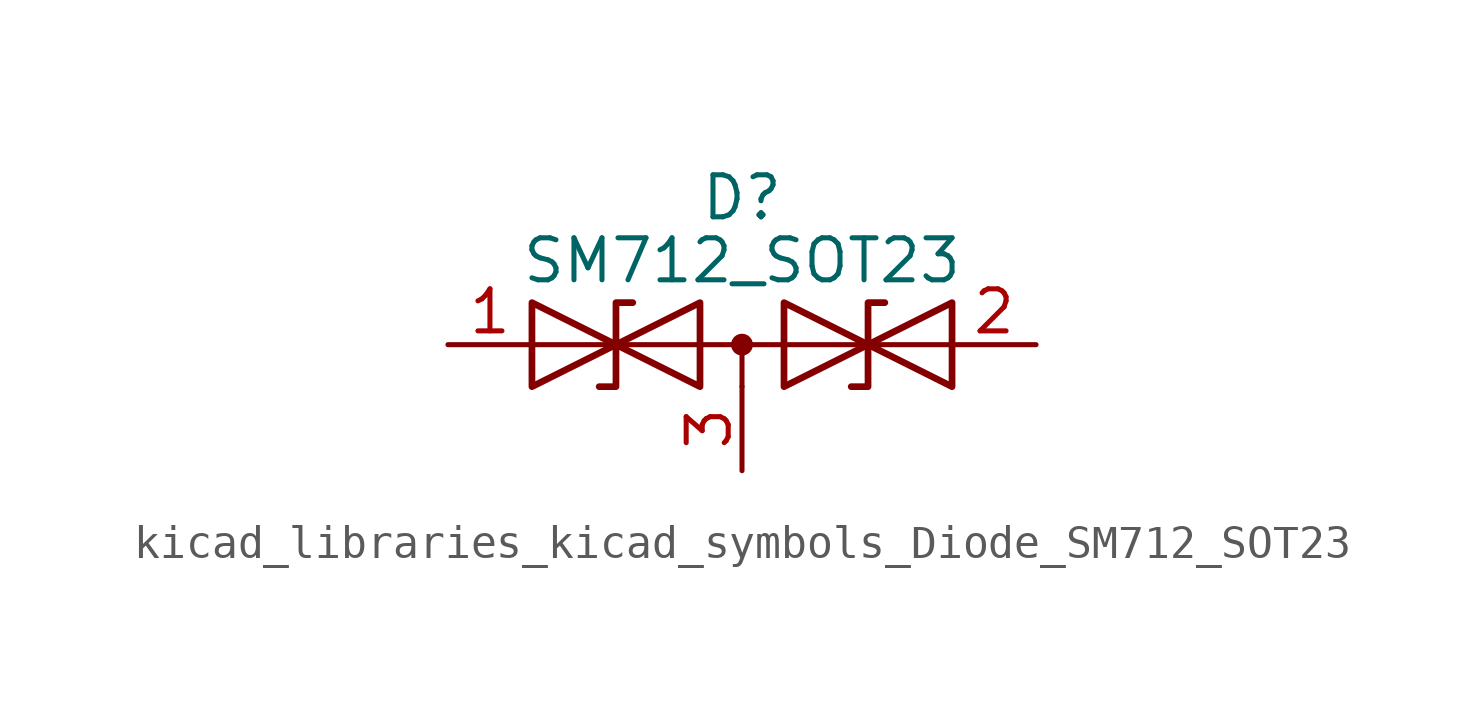
<source format=kicad_sym>
(kicad_symbol_lib
  (version 20220914)
  (generator kicad_symbol_editor)
  (symbol "kicad_libraries_kicad_symbols_Diode_SM712_SOT23"
    (pin_names
      (offset 1.016) hide)
    (property "Reference" "D"
      (at 0 4.445 0)
      (effects (font (size 1.27 1.27))))
    (property "Value" "SM712_SOT23"
      (at 0 2.54 0)
      (effects (font (size 1.27 1.27))))
    (symbol "kicad_libraries_kicad_symbols_Diode_SM712_SOT23_0_0"
      (polyline (pts (xy 0 -1.27) (xy 0 0)) (stroke (width 0) (type default)) (fill (type none))))
    (symbol "kicad_libraries_kicad_symbols_Diode_SM712_SOT23_0_1"
      (polyline (pts (xy -6.35 0) (xy 6.35 0)) (stroke (width 0) (type default)) (fill (type none)))
      (polyline (pts (xy -3.302 1.27) (xy -3.81 1.27) (xy -3.81 -1.27) (xy -4.318 -1.27)) (stroke (width 0.203) (type default)) (fill (type none)))
      (polyline (pts (xy 4.318 1.27) (xy 3.81 1.27) (xy 3.81 -1.27) (xy 3.302 -1.27)) (stroke (width 0.203) (type default)) (fill (type none)))
      (polyline (pts (xy -6.35 -1.27) (xy -1.27 1.27) (xy -1.27 -1.27) (xy -6.35 1.27) (xy -6.35 -1.27)) (stroke (width 0.203) (type default)) (fill (type none)))
      (polyline (pts (xy 1.27 -1.27) (xy 1.27 1.27) (xy 6.35 -1.27) (xy 6.35 1.27) (xy 1.27 -1.27)) (stroke (width 0.203) (type default)) (fill (type none)))
      (circle (center 0 0) (radius 0.254) (stroke (width 0) (type default)) (fill (type outline))))
    (symbol "kicad_libraries_kicad_symbols_Diode_SM712_SOT23_1_1"
      (pin passive line (at -8.89 0 0) (length 2.54) (name "A1" (effects (font (size 1.27 1.27)))) (number "1" (effects (font (size 1.27 1.27)))))
      (pin passive line (at 8.89 0 180) (length 2.54) (name "A2" (effects (font (size 1.27 1.27)))) (number "2" (effects (font (size 1.27 1.27)))))
      (pin input line (at 0 -3.81 90) (length 2.54) (name "common" (effects (font (size 1.27 1.27)))) (number "3" (effects (font (size 1.27 1.27))))))))
</source>
